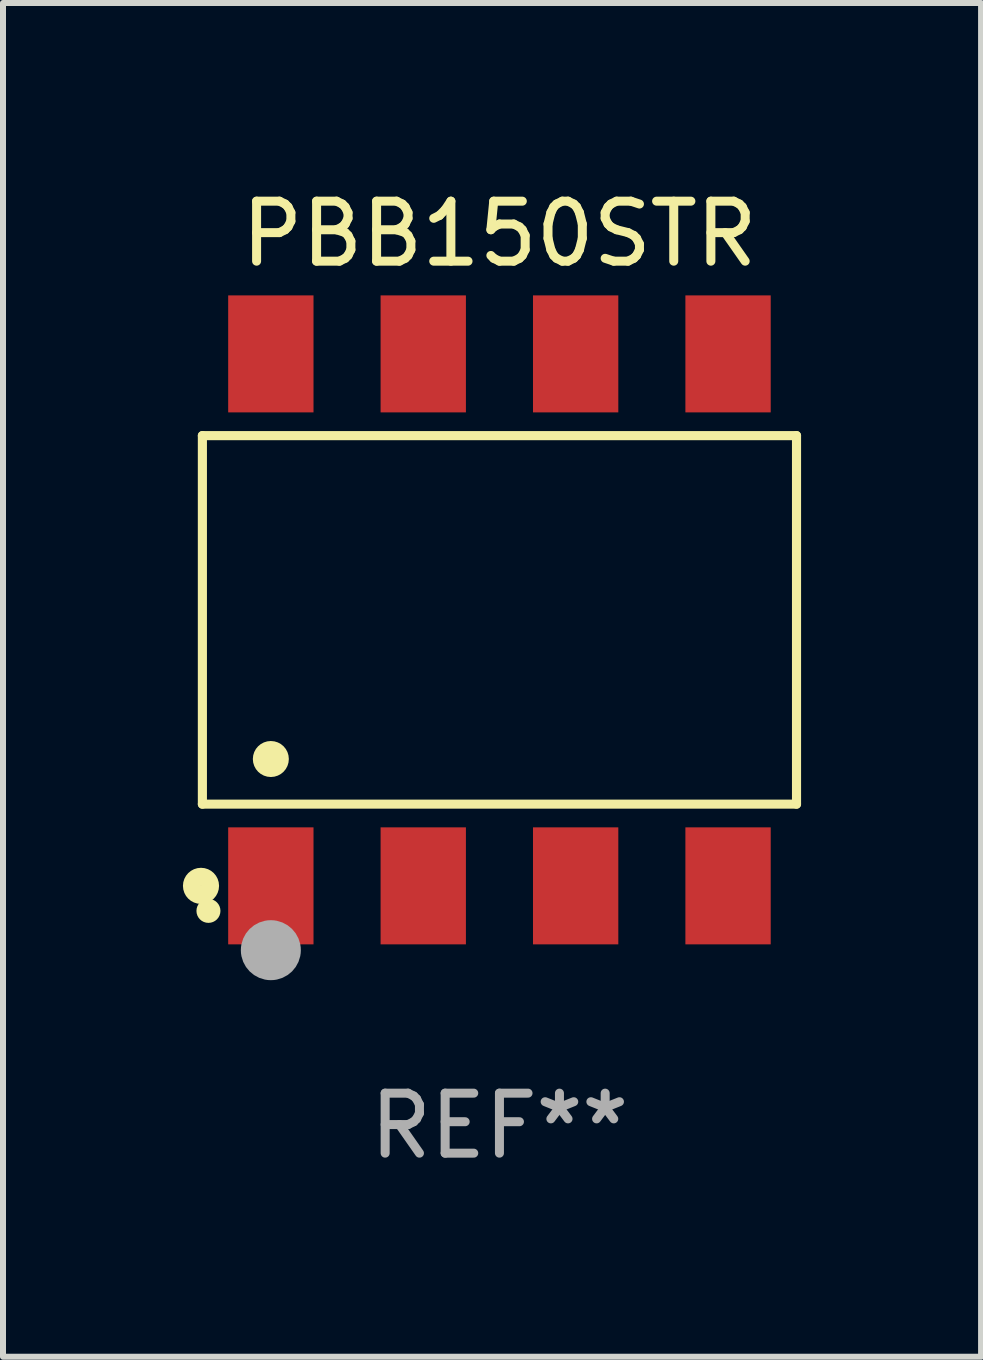
<source format=kicad_pcb>
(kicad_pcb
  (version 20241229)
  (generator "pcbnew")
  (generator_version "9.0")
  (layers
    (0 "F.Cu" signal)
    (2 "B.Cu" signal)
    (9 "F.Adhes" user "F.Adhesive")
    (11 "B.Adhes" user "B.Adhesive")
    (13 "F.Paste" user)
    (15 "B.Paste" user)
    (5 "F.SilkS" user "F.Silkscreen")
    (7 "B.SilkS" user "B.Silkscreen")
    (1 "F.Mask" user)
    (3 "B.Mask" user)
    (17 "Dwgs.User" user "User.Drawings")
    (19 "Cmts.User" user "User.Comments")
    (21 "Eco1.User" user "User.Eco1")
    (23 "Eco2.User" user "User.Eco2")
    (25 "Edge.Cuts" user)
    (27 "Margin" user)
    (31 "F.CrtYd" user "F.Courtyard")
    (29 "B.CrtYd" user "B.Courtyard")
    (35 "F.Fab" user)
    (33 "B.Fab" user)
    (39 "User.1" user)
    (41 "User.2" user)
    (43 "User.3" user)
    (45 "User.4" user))
  (footprint "PBB150STR"
    (layer "F.Cu")
    (at 5.274 7.281)
    (property "Reference" "PBB150STR" (at 0 -6.433 0) (layer "F.SilkS") (effects (font (size 1 1) (thickness 0.15))))
    (attr through_hole)
    (fp_line (start -4.951 -3.071) (end 4.951 -3.071) (stroke (width 0.152) (type solid)) (layer "F.SilkS"))
    (fp_line (start -4.951 3.071) (end -4.951 -3.071) (stroke (width 0.152) (type solid)) (layer "F.SilkS"))
    (fp_line (start 4.951 -3.071) (end 4.951 3.071) (stroke (width 0.152) (type solid)) (layer "F.SilkS"))
    (fp_line (start 4.951 3.071) (end -4.951 3.071) (stroke (width 0.152) (type solid)) (layer "F.SilkS"))
    (fp_circle (center -4.974 4.433) (end -4.823 4.433) (stroke (width 0.3) (type solid)) (fill no) (layer "F.SilkS"))
    (fp_circle (center -4.85 4.85) (end -4.75 4.85) (stroke (width 0.2) (type solid)) (fill no) (layer "F.SilkS"))
    (fp_circle (center -3.81 2.319) (end -3.66 2.319) (stroke (width 0.3) (type solid)) (fill no) (layer "F.SilkS"))
    (fp_circle (center -3.81 5.505) (end -3.56 5.505) (stroke (width 0.5) (type solid)) (fill no) (layer "F.Fab"))
    (fp_text user "REF**" (at 0 8.433 0) (layer "F.Fab") (effects (font (size 1 1) (thickness 0.15))))
    (pad "1" smd rect (at -3.81 4.433) (size 1.422 1.95) (layers "F.Cu" "F.Mask" "F.Paste"))
    (pad "2" smd rect (at -1.27 4.433) (size 1.422 1.95) (layers "F.Cu" "F.Mask" "F.Paste"))
    (pad "3" smd rect (at 1.27 4.433) (size 1.422 1.95) (layers "F.Cu" "F.Mask" "F.Paste"))
    (pad "4" smd rect (at 3.81 4.433) (size 1.422 1.95) (layers "F.Cu" "F.Mask" "F.Paste"))
    (pad "5" smd rect (at 3.81 -4.433) (size 1.422 1.95) (layers "F.Cu" "F.Mask" "F.Paste"))
    (pad "6" smd rect (at 1.27 -4.433) (size 1.422 1.95) (layers "F.Cu" "F.Mask" "F.Paste"))
    (pad "7" smd rect (at -1.27 -4.433) (size 1.422 1.95) (layers "F.Cu" "F.Mask" "F.Paste"))
    (pad "8" smd rect (at -3.81 -4.433) (size 1.422 1.95) (layers "F.Cu" "F.Mask" "F.Paste")))
  (gr_rect
    (start -3 -3)
    (end 13.301 19.562)
    (stroke (width 0.1) (type default))
    (fill no)
    (layer "Edge.Cuts")))
</source>
